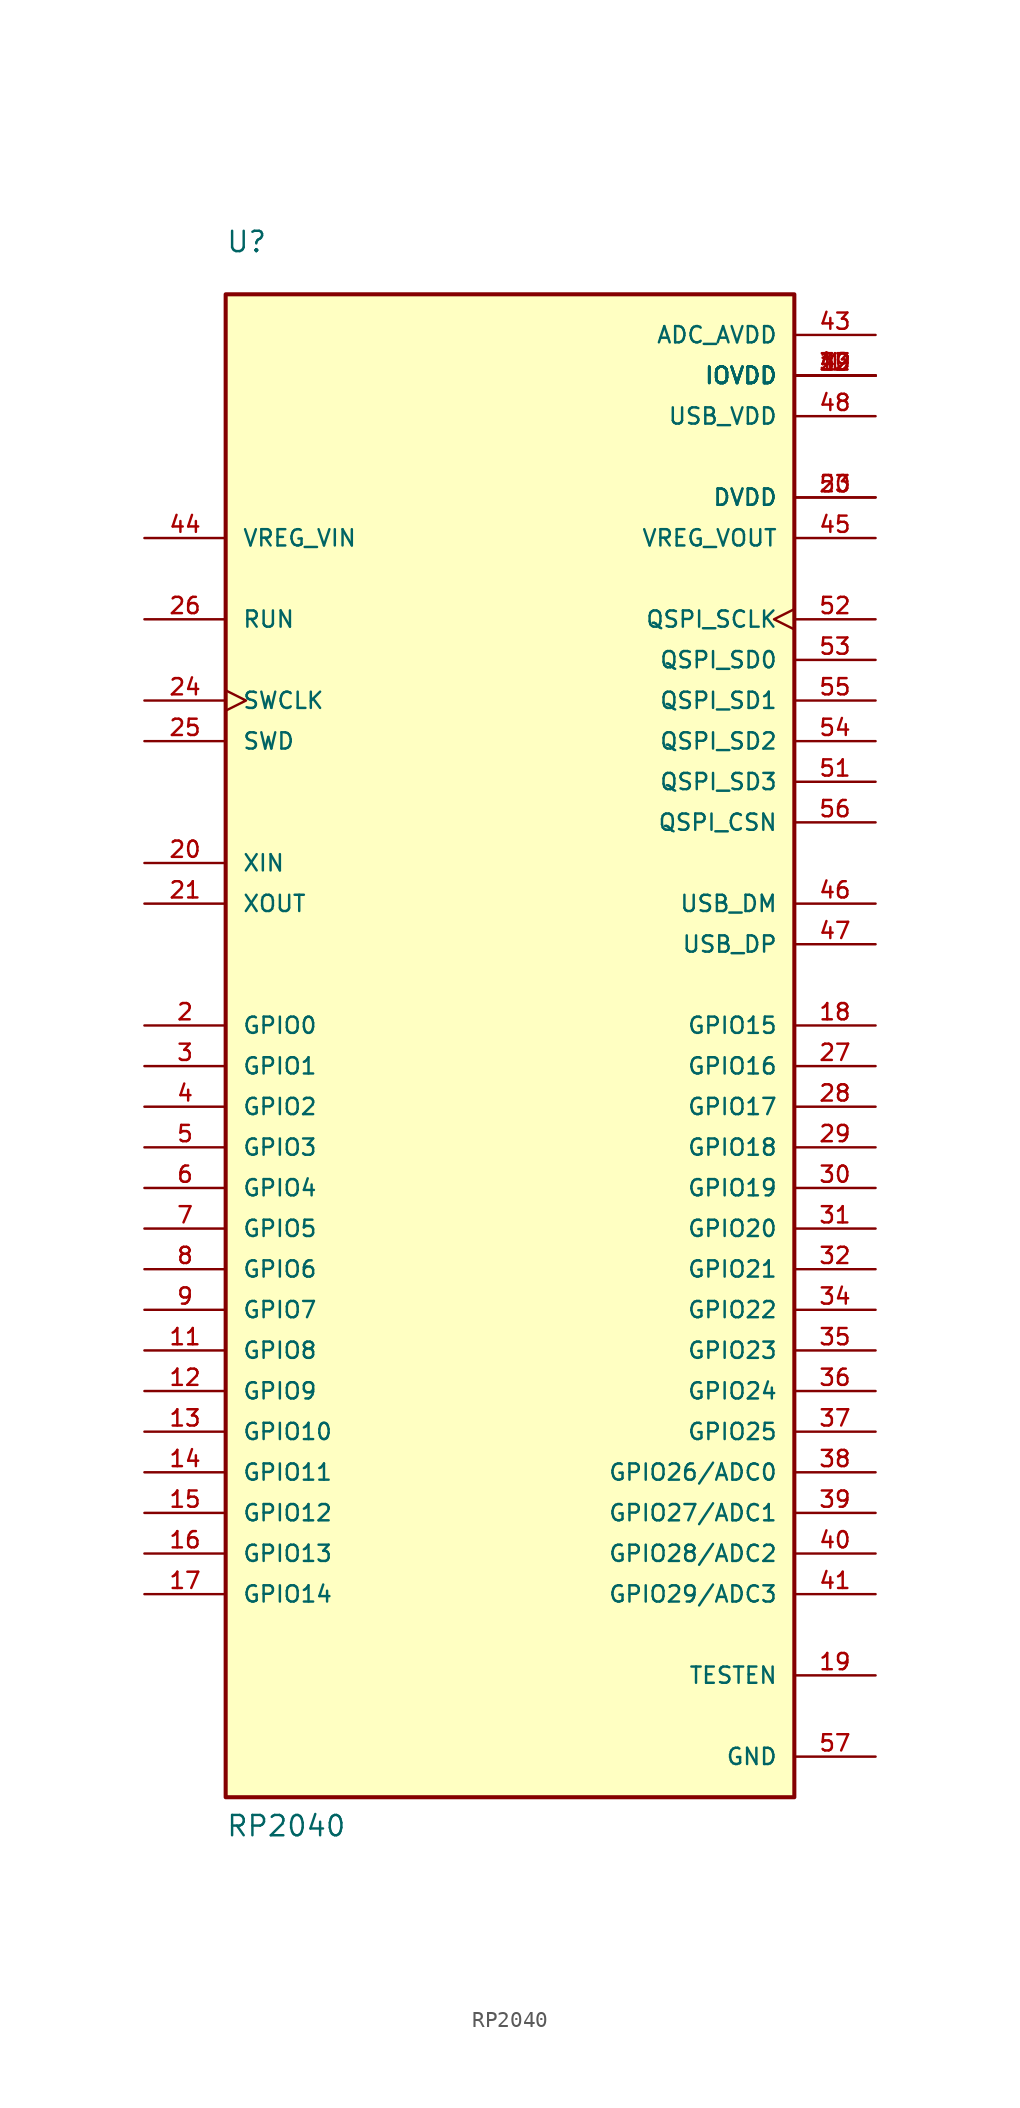
<source format=kicad_sym>
(kicad_symbol_lib
  (version 20211014)
  (generator kicad_symbol_editor)
  (symbol "RP2040"
    (pin_names
      (offset 1.016))
    (property "Reference" "U"
      (at -17.78 50.8 0)
      (effects (font (size 1.27 1.27)) (justify left bottom)))
    (property "Value" "RP2040"
      (at -17.78 -48.26 0)
      (effects (font (size 1.27 1.27)) (justify left bottom)))
    (symbol "RP2040_0_0"
      (rectangle (start -17.78 -45.72) (end 17.78 48.26) (stroke (width 0.254) (type default) (color 0 0 0 0)) (fill (type background)))
      (pin power_in line (at 22.86 43.18 180) (length 5.08) (name "IOVDD" (effects (font (size 1.016 1.016)))) (number "1" (effects (font (size 1.016 1.016)))))
      (pin power_in line (at 22.86 43.18 180) (length 5.08) (name "IOVDD" (effects (font (size 1.016 1.016)))) (number "10" (effects (font (size 1.016 1.016)))))
      (pin bidirectional line (at -22.86 -17.78 0) (length 5.08) (name "GPIO8" (effects (font (size 1.016 1.016)))) (number "11" (effects (font (size 1.016 1.016)))))
      (pin bidirectional line (at -22.86 -20.32 0) (length 5.08) (name "GPIO9" (effects (font (size 1.016 1.016)))) (number "12" (effects (font (size 1.016 1.016)))))
      (pin bidirectional line (at -22.86 -22.86 0) (length 5.08) (name "GPIO10" (effects (font (size 1.016 1.016)))) (number "13" (effects (font (size 1.016 1.016)))))
      (pin bidirectional line (at -22.86 -25.4 0) (length 5.08) (name "GPIO11" (effects (font (size 1.016 1.016)))) (number "14" (effects (font (size 1.016 1.016)))))
      (pin bidirectional line (at -22.86 -27.94 0) (length 5.08) (name "GPIO12" (effects (font (size 1.016 1.016)))) (number "15" (effects (font (size 1.016 1.016)))))
      (pin bidirectional line (at -22.86 -30.48 0) (length 5.08) (name "GPIO13" (effects (font (size 1.016 1.016)))) (number "16" (effects (font (size 1.016 1.016)))))
      (pin bidirectional line (at -22.86 -33.02 0) (length 5.08) (name "GPIO14" (effects (font (size 1.016 1.016)))) (number "17" (effects (font (size 1.016 1.016)))))
      (pin bidirectional line (at 22.86 2.54 180) (length 5.08) (name "GPIO15" (effects (font (size 1.016 1.016)))) (number "18" (effects (font (size 1.016 1.016)))))
      (pin passive line (at 22.86 -38.1 180) (length 5.08) (name "TESTEN" (effects (font (size 1.016 1.016)))) (number "19" (effects (font (size 1.016 1.016)))))
      (pin bidirectional line (at -22.86 2.54 0) (length 5.08) (name "GPIO0" (effects (font (size 1.016 1.016)))) (number "2" (effects (font (size 1.016 1.016)))))
      (pin input line (at -22.86 12.7 0) (length 5.08) (name "XIN" (effects (font (size 1.016 1.016)))) (number "20" (effects (font (size 1.016 1.016)))))
      (pin output line (at -22.86 10.16 0) (length 5.08) (name "XOUT" (effects (font (size 1.016 1.016)))) (number "21" (effects (font (size 1.016 1.016)))))
      (pin power_in line (at 22.86 43.18 180) (length 5.08) (name "IOVDD" (effects (font (size 1.016 1.016)))) (number "22" (effects (font (size 1.016 1.016)))))
      (pin power_in line (at 22.86 35.56 180) (length 5.08) (name "DVDD" (effects (font (size 1.016 1.016)))) (number "23" (effects (font (size 1.016 1.016)))))
      (pin input clock (at -22.86 22.86 0) (length 5.08) (name "SWCLK" (effects (font (size 1.016 1.016)))) (number "24" (effects (font (size 1.016 1.016)))))
      (pin bidirectional line (at -22.86 20.32 0) (length 5.08) (name "SWD" (effects (font (size 1.016 1.016)))) (number "25" (effects (font (size 1.016 1.016)))))
      (pin input line (at -22.86 27.94 0) (length 5.08) (name "RUN" (effects (font (size 1.016 1.016)))) (number "26" (effects (font (size 1.016 1.016)))))
      (pin bidirectional line (at 22.86 0 180) (length 5.08) (name "GPIO16" (effects (font (size 1.016 1.016)))) (number "27" (effects (font (size 1.016 1.016)))))
      (pin bidirectional line (at 22.86 -2.54 180) (length 5.08) (name "GPIO17" (effects (font (size 1.016 1.016)))) (number "28" (effects (font (size 1.016 1.016)))))
      (pin bidirectional line (at 22.86 -5.08 180) (length 5.08) (name "GPIO18" (effects (font (size 1.016 1.016)))) (number "29" (effects (font (size 1.016 1.016)))))
      (pin bidirectional line (at -22.86 0 0) (length 5.08) (name "GPIO1" (effects (font (size 1.016 1.016)))) (number "3" (effects (font (size 1.016 1.016)))))
      (pin bidirectional line (at 22.86 -7.62 180) (length 5.08) (name "GPIO19" (effects (font (size 1.016 1.016)))) (number "30" (effects (font (size 1.016 1.016)))))
      (pin bidirectional line (at 22.86 -10.16 180) (length 5.08) (name "GPIO20" (effects (font (size 1.016 1.016)))) (number "31" (effects (font (size 1.016 1.016)))))
      (pin bidirectional line (at 22.86 -12.7 180) (length 5.08) (name "GPIO21" (effects (font (size 1.016 1.016)))) (number "32" (effects (font (size 1.016 1.016)))))
      (pin power_in line (at 22.86 43.18 180) (length 5.08) (name "IOVDD" (effects (font (size 1.016 1.016)))) (number "33" (effects (font (size 1.016 1.016)))))
      (pin bidirectional line (at 22.86 -15.24 180) (length 5.08) (name "GPIO22" (effects (font (size 1.016 1.016)))) (number "34" (effects (font (size 1.016 1.016)))))
      (pin bidirectional line (at 22.86 -17.78 180) (length 5.08) (name "GPIO23" (effects (font (size 1.016 1.016)))) (number "35" (effects (font (size 1.016 1.016)))))
      (pin bidirectional line (at 22.86 -20.32 180) (length 5.08) (name "GPIO24" (effects (font (size 1.016 1.016)))) (number "36" (effects (font (size 1.016 1.016)))))
      (pin bidirectional line (at 22.86 -22.86 180) (length 5.08) (name "GPIO25" (effects (font (size 1.016 1.016)))) (number "37" (effects (font (size 1.016 1.016)))))
      (pin bidirectional line (at 22.86 -25.4 180) (length 5.08) (name "GPIO26/ADC0" (effects (font (size 1.016 1.016)))) (number "38" (effects (font (size 1.016 1.016)))))
      (pin bidirectional line (at 22.86 -27.94 180) (length 5.08) (name "GPIO27/ADC1" (effects (font (size 1.016 1.016)))) (number "39" (effects (font (size 1.016 1.016)))))
      (pin bidirectional line (at -22.86 -2.54 0) (length 5.08) (name "GPIO2" (effects (font (size 1.016 1.016)))) (number "4" (effects (font (size 1.016 1.016)))))
      (pin bidirectional line (at 22.86 -30.48 180) (length 5.08) (name "GPIO28/ADC2" (effects (font (size 1.016 1.016)))) (number "40" (effects (font (size 1.016 1.016)))))
      (pin bidirectional line (at 22.86 -33.02 180) (length 5.08) (name "GPIO29/ADC3" (effects (font (size 1.016 1.016)))) (number "41" (effects (font (size 1.016 1.016)))))
      (pin power_in line (at 22.86 43.18 180) (length 5.08) (name "IOVDD" (effects (font (size 1.016 1.016)))) (number "42" (effects (font (size 1.016 1.016)))))
      (pin power_in line (at 22.86 45.72 180) (length 5.08) (name "ADC_AVDD" (effects (font (size 1.016 1.016)))) (number "43" (effects (font (size 1.016 1.016)))))
      (pin input line (at -22.86 33.02 0) (length 5.08) (name "VREG_VIN" (effects (font (size 1.016 1.016)))) (number "44" (effects (font (size 1.016 1.016)))))
      (pin output line (at 22.86 33.02 180) (length 5.08) (name "VREG_VOUT" (effects (font (size 1.016 1.016)))) (number "45" (effects (font (size 1.016 1.016)))))
      (pin bidirectional line (at 22.86 10.16 180) (length 5.08) (name "USB_DM" (effects (font (size 1.016 1.016)))) (number "46" (effects (font (size 1.016 1.016)))))
      (pin bidirectional line (at 22.86 7.62 180) (length 5.08) (name "USB_DP" (effects (font (size 1.016 1.016)))) (number "47" (effects (font (size 1.016 1.016)))))
      (pin power_in line (at 22.86 40.64 180) (length 5.08) (name "USB_VDD" (effects (font (size 1.016 1.016)))) (number "48" (effects (font (size 1.016 1.016)))))
      (pin power_in line (at 22.86 43.18 180) (length 5.08) (name "IOVDD" (effects (font (size 1.016 1.016)))) (number "49" (effects (font (size 1.016 1.016)))))
      (pin bidirectional line (at -22.86 -5.08 0) (length 5.08) (name "GPIO3" (effects (font (size 1.016 1.016)))) (number "5" (effects (font (size 1.016 1.016)))))
      (pin power_in line (at 22.86 35.56 180) (length 5.08) (name "DVDD" (effects (font (size 1.016 1.016)))) (number "50" (effects (font (size 1.016 1.016)))))
      (pin bidirectional line (at 22.86 17.78 180) (length 5.08) (name "QSPI_SD3" (effects (font (size 1.016 1.016)))) (number "51" (effects (font (size 1.016 1.016)))))
      (pin bidirectional clock (at 22.86 27.94 180) (length 5.08) (name "QSPI_SCLK" (effects (font (size 1.016 1.016)))) (number "52" (effects (font (size 1.016 1.016)))))
      (pin bidirectional line (at 22.86 25.4 180) (length 5.08) (name "QSPI_SD0" (effects (font (size 1.016 1.016)))) (number "53" (effects (font (size 1.016 1.016)))))
      (pin bidirectional line (at 22.86 20.32 180) (length 5.08) (name "QSPI_SD2" (effects (font (size 1.016 1.016)))) (number "54" (effects (font (size 1.016 1.016)))))
      (pin bidirectional line (at 22.86 22.86 180) (length 5.08) (name "QSPI_SD1" (effects (font (size 1.016 1.016)))) (number "55" (effects (font (size 1.016 1.016)))))
      (pin bidirectional line (at 22.86 15.24 180) (length 5.08) (name "QSPI_CSN" (effects (font (size 1.016 1.016)))) (number "56" (effects (font (size 1.016 1.016)))))
      (pin power_in line (at 22.86 -43.18 180) (length 5.08) (name "GND" (effects (font (size 1.016 1.016)))) (number "57" (effects (font (size 1.016 1.016)))))
      (pin bidirectional line (at -22.86 -7.62 0) (length 5.08) (name "GPIO4" (effects (font (size 1.016 1.016)))) (number "6" (effects (font (size 1.016 1.016)))))
      (pin bidirectional line (at -22.86 -10.16 0) (length 5.08) (name "GPIO5" (effects (font (size 1.016 1.016)))) (number "7" (effects (font (size 1.016 1.016)))))
      (pin bidirectional line (at -22.86 -12.7 0) (length 5.08) (name "GPIO6" (effects (font (size 1.016 1.016)))) (number "8" (effects (font (size 1.016 1.016)))))
      (pin bidirectional line (at -22.86 -15.24 0) (length 5.08) (name "GPIO7" (effects (font (size 1.016 1.016)))) (number "9" (effects (font (size 1.016 1.016))))))))
</source>
